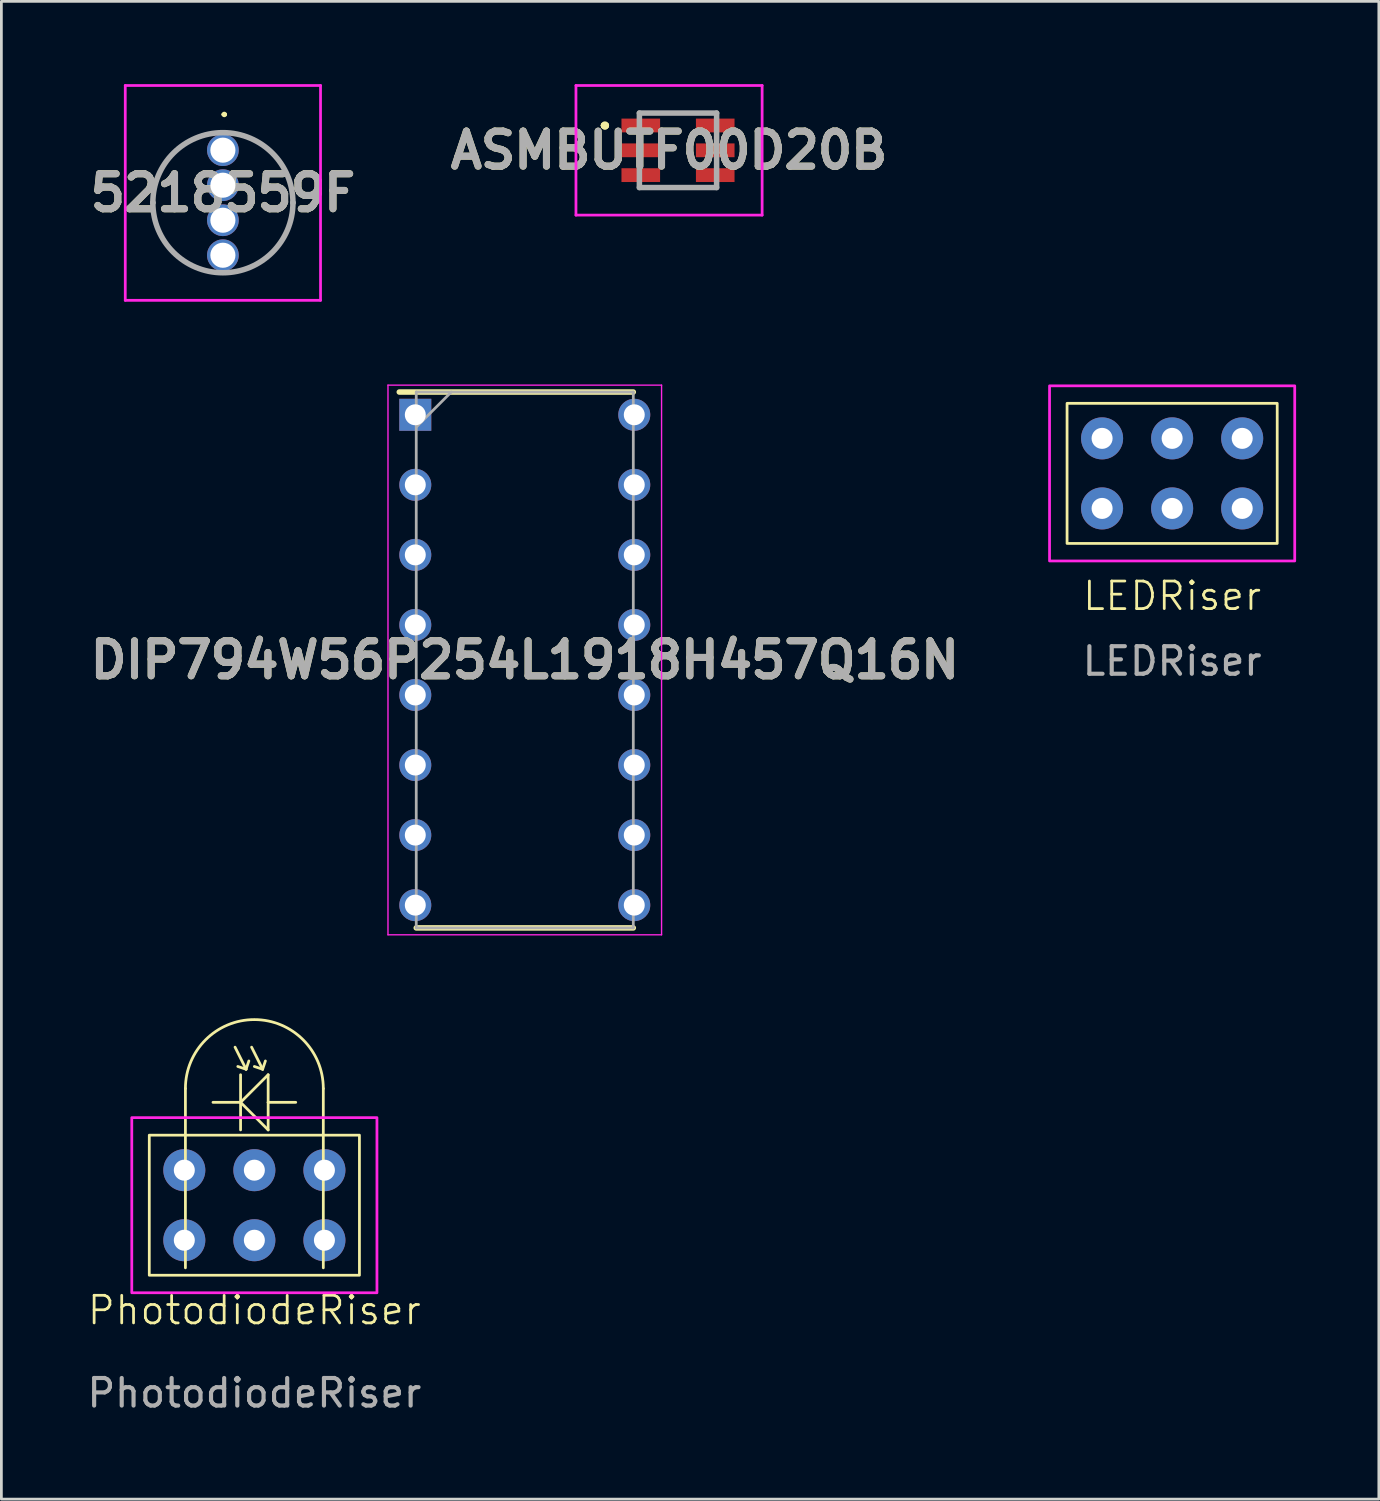
<source format=kicad_pcb>
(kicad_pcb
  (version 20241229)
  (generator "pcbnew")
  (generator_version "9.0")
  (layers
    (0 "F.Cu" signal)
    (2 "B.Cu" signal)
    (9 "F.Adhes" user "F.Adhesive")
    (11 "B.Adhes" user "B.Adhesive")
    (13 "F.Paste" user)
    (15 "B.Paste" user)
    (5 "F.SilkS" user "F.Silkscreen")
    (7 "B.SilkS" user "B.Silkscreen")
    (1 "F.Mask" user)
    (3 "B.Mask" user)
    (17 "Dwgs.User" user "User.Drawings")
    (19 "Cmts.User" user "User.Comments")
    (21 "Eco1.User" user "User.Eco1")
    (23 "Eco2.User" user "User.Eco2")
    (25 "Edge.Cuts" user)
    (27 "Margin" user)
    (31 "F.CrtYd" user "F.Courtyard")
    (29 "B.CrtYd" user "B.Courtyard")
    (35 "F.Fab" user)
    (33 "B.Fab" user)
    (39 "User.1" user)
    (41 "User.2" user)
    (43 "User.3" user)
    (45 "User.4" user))
  (footprint "PhotodiodeRiser"
    (layer "F.Cu")
    (at 6.173 41.92)
    (property "Reference" "PhotodiodeRiser" (at 0 2.54 0) (unlocked yes) (layer "F.SilkS") (effects (font (size 1 1) (thickness 0.1))))
    (attr through_hole)
    (fp_line (start -2.5 1) (end -2.5 -5.5) (stroke (width 0.1) (type default)) (layer "F.SilkS"))
    (fp_line (start -0.6 -6.3) (end -0.3 -6.2) (stroke (width 0.1) (type default)) (layer "F.SilkS"))
    (fp_line (start -0.5 -6) (end -0.5 -4) (stroke (width 0.1) (type default)) (layer "F.SilkS"))
    (fp_line (start -0.5 -5) (end -1.5 -5) (stroke (width 0.1) (type default)) (layer "F.SilkS"))
    (fp_line (start -0.5 -5) (end 0.5 -4) (stroke (width 0.1) (type default)) (layer "F.SilkS"))
    (fp_line (start -0.3 -6.2) (end -0.7 -7) (stroke (width 0.1) (type default)) (layer "F.SilkS"))
    (fp_line (start -0.3 -6.2) (end -0.2 -6.5) (stroke (width 0.1) (type default)) (layer "F.SilkS"))
    (fp_line (start 0 -6.3) (end 0.3 -6.2) (stroke (width 0.1) (type default)) (layer "F.SilkS"))
    (fp_line (start 0.3 -6.2) (end -0.1 -7) (stroke (width 0.1) (type default)) (layer "F.SilkS"))
    (fp_line (start 0.3 -6.2) (end 0.4 -6.5) (stroke (width 0.1) (type default)) (layer "F.SilkS"))
    (fp_line (start 0.5 -6) (end -0.5 -5) (stroke (width 0.1) (type default)) (layer "F.SilkS"))
    (fp_line (start 0.5 -5) (end 0.5 -6) (stroke (width 0.1) (type default)) (layer "F.SilkS"))
    (fp_line (start 0.5 -4) (end 0.5 -5) (stroke (width 0.1) (type default)) (layer "F.SilkS"))
    (fp_line (start 1.5 -5) (end 0.5 -5) (stroke (width 0.1) (type default)) (layer "F.SilkS"))
    (fp_line (start 2.5 1) (end 2.5 -5.5) (stroke (width 0.1) (type default)) (layer "F.SilkS"))
    (fp_rect (start -3.81 1.27) (end 3.81 -3.81) (stroke (width 0.1) (type default)) (fill no) (layer "F.SilkS"))
    (fp_arc (start -2.5 -5.5) (mid 0 -8) (end 2.5 -5.5) (stroke (width 0.1) (type default)) (layer "F.SilkS"))
    (fp_rect (start -4.445 -4.445) (end 4.445 1.905) (stroke (width 0.1) (type default)) (fill no) (layer "F.CrtYd"))
    (fp_text user "${REFERENCE}" (at 0 5.54 0) (unlocked yes) (layer "F.Fab") (effects (font (size 1 1) (thickness 0.15))))
    (pad "1" thru_hole circle (at -2.54 -2.54) (size 1.524 1.524) (drill 0.762) (layers "*.Cu" "*.Mask"))
    (pad "1" thru_hole circle (at -2.54 0) (size 1.524 1.524) (drill 0.762) (layers "*.Cu" "*.Mask"))
    (pad "2" thru_hole circle (at 2.54 -2.54) (size 1.524 1.524) (drill 0.762) (layers "*.Cu" "*.Mask"))
    (pad "2" thru_hole circle (at 2.54 0) (size 1.524 1.524) (drill 0.762) (layers "*.Cu" "*.Mask"))
    (pad "3" thru_hole circle (at 0 -2.54) (size 1.524 1.524) (drill 0.762) (layers "*.Cu" "*.Mask"))
    (pad "3" thru_hole circle (at 0 0) (size 1.524 1.524) (drill 0.762) (layers "*.Cu" "*.Mask")))
  (footprint "DIP794W56P254L1918H457Q16N"
    (layer "F.Cu")
    (at 15.978 20.88)
    (property "Reference" "DIP794W56P254L1918H457Q16N" (at 0 0 0) (layer "F.SilkS") (effects (font (size 1.27 1.27) (thickness 0.254))))
    (attr through_hole)
    (fp_line (start -4.55 -9.715) (end 3.935 -9.715) (stroke (width 0.2) (type solid)) (layer "F.SilkS"))
    (fp_line (start -3.935 9.715) (end 3.935 9.715) (stroke (width 0.2) (type solid)) (layer "F.SilkS"))
    (fp_line (start -4.96 -9.965) (end 4.96 -9.965) (stroke (width 0.05) (type solid)) (layer "F.CrtYd"))
    (fp_line (start -4.96 9.965) (end -4.96 -9.965) (stroke (width 0.05) (type solid)) (layer "F.CrtYd"))
    (fp_line (start 4.96 -9.965) (end 4.96 9.965) (stroke (width 0.05) (type solid)) (layer "F.CrtYd"))
    (fp_line (start 4.96 9.965) (end -4.96 9.965) (stroke (width 0.05) (type solid)) (layer "F.CrtYd"))
    (fp_line (start -3.935 -9.715) (end 3.935 -9.715) (stroke (width 0.1) (type solid)) (layer "F.Fab"))
    (fp_line (start -3.935 -8.445) (end -2.665 -9.715) (stroke (width 0.1) (type solid)) (layer "F.Fab"))
    (fp_line (start -3.935 9.715) (end -3.935 -9.715) (stroke (width 0.1) (type solid)) (layer "F.Fab"))
    (fp_line (start 3.935 -9.715) (end 3.935 9.715) (stroke (width 0.1) (type solid)) (layer "F.Fab"))
    (fp_line (start 3.935 9.715) (end -3.935 9.715) (stroke (width 0.1) (type solid)) (layer "F.Fab"))
    (fp_text user "${REFERENCE}" (at 0 0 0) (layer "F.Fab") (effects (font (size 1.27 1.27) (thickness 0.254))))
    (pad "1" thru_hole rect (at -3.97 -8.89) (size 1.16 1.16) (drill 0.76) (layers "*.Cu" "*.Mask"))
    (pad "2" thru_hole circle (at -3.97 -6.35) (size 1.16 1.16) (drill 0.76) (layers "*.Cu" "*.Mask"))
    (pad "3" thru_hole circle (at -3.97 -3.81) (size 1.16 1.16) (drill 0.76) (layers "*.Cu" "*.Mask"))
    (pad "4" thru_hole circle (at -3.97 -1.27) (size 1.16 1.16) (drill 0.76) (layers "*.Cu" "*.Mask"))
    (pad "5" thru_hole circle (at -3.97 1.27) (size 1.16 1.16) (drill 0.76) (layers "*.Cu" "*.Mask"))
    (pad "6" thru_hole circle (at -3.97 3.81) (size 1.16 1.16) (drill 0.76) (layers "*.Cu" "*.Mask"))
    (pad "7" thru_hole circle (at -3.97 6.35) (size 1.16 1.16) (drill 0.76) (layers "*.Cu" "*.Mask"))
    (pad "8" thru_hole circle (at -3.97 8.89) (size 1.16 1.16) (drill 0.76) (layers "*.Cu" "*.Mask"))
    (pad "9" thru_hole circle (at 3.97 8.89) (size 1.16 1.16) (drill 0.76) (layers "*.Cu" "*.Mask"))
    (pad "10" thru_hole circle (at 3.97 6.35) (size 1.16 1.16) (drill 0.76) (layers "*.Cu" "*.Mask"))
    (pad "11" thru_hole circle (at 3.97 3.81) (size 1.16 1.16) (drill 0.76) (layers "*.Cu" "*.Mask"))
    (pad "12" thru_hole circle (at 3.97 1.27) (size 1.16 1.16) (drill 0.76) (layers "*.Cu" "*.Mask"))
    (pad "13" thru_hole circle (at 3.97 -1.27) (size 1.16 1.16) (drill 0.76) (layers "*.Cu" "*.Mask"))
    (pad "14" thru_hole circle (at 3.97 -3.81) (size 1.16 1.16) (drill 0.76) (layers "*.Cu" "*.Mask"))
    (pad "15" thru_hole circle (at 3.97 -6.35) (size 1.16 1.16) (drill 0.76) (layers "*.Cu" "*.Mask"))
    (pad "16" thru_hole circle (at 3.97 -8.89) (size 1.16 1.16) (drill 0.76) (layers "*.Cu" "*.Mask")))
  (footprint "5218559F"
    (layer "F.Cu")
    (at 5.032 2.395)
    (property "Reference" "5218559F" (at 0 1.55 0) (layer "F.SilkS") (effects (font (size 1.27 1.27) (thickness 0.254))))
    (attr through_hole)
    (fp_line (start 0 -1.295) (end 0 -1.295) (stroke (width 0.1) (type solid)) (layer "F.SilkS"))
    (fp_line (start 0.1 -1.295) (end 0.1 -1.295) (stroke (width 0.1) (type solid)) (layer "F.SilkS"))
    (fp_arc (start 0 -1.295) (mid 0.05 -1.345) (end 0.1 -1.295) (stroke (width 0.1) (type solid)) (layer "F.SilkS"))
    (fp_arc (start 0.1 -1.295) (mid 0.05 -1.245) (end 0 -1.295) (stroke (width 0.1) (type solid)) (layer "F.SilkS"))
    (fp_line (start -3.54 -2.345) (end 3.54 -2.345) (stroke (width 0.1) (type solid)) (layer "F.CrtYd"))
    (fp_line (start -3.54 5.445) (end -3.54 -2.345) (stroke (width 0.1) (type solid)) (layer "F.CrtYd"))
    (fp_line (start 3.54 -2.345) (end 3.54 5.445) (stroke (width 0.1) (type solid)) (layer "F.CrtYd"))
    (fp_line (start 3.54 5.445) (end -3.54 5.445) (stroke (width 0.1) (type solid)) (layer "F.CrtYd"))
    (fp_line (start -2.54 1.905) (end -2.54 1.905) (stroke (width 0.2) (type solid)) (layer "F.Fab"))
    (fp_line (start 2.54 1.905) (end 2.54 1.905) (stroke (width 0.2) (type solid)) (layer "F.Fab"))
    (fp_arc (start -2.54 1.905) (mid 0 -0.635) (end 2.54 1.905) (stroke (width 0.2) (type solid)) (layer "F.Fab"))
    (fp_arc (start 2.54 1.905) (mid 0 4.445) (end -2.54 1.905) (stroke (width 0.2) (type solid)) (layer "F.Fab"))
    (fp_text user "${REFERENCE}" (at 0 1.55 0) (layer "F.Fab") (effects (font (size 1.27 1.27) (thickness 0.254))))
    (pad "1" thru_hole circle (at 0 0) (size 1.15 1.15) (drill 0.91) (layers "*.Cu" "*.Mask"))
    (pad "2" thru_hole circle (at 0 1.27) (size 1.15 1.15) (drill 0.91) (layers "*.Cu" "*.Mask"))
    (pad "3" thru_hole circle (at 0 2.54) (size 1.15 1.15) (drill 0.91) (layers "*.Cu" "*.Mask"))
    (pad "4" thru_hole circle (at 0 3.81) (size 1.15 1.15) (drill 0.91) (layers "*.Cu" "*.Mask")))
  (footprint "LEDRiser"
    (layer "F.Cu")
    (at 39.451 14.115)
    (property "Reference" "LEDRiser" (at 0 4.445 0) (unlocked yes) (layer "F.SilkS") (effects (font (size 1 1) (thickness 0.1))))
    (attr through_hole)
    (fp_rect (start -3.81 -2.54) (end 3.81 2.54) (stroke (width 0.1) (type default)) (fill no) (layer "F.SilkS"))
    (fp_rect (start -4.445 -3.175) (end 4.445 3.175) (stroke (width 0.1) (type default)) (fill no) (layer "F.CrtYd"))
    (fp_text user "${REFERENCE}" (at 0 6.81 0) (unlocked yes) (layer "F.Fab") (effects (font (size 1 1) (thickness 0.15))))
    (pad "1" thru_hole circle (at 2.54 -1.27) (size 1.524 1.524) (drill 0.762) (layers "*.Cu" "*.Mask"))
    (pad "2" thru_hole circle (at 0 -1.27) (size 1.524 1.524) (drill 0.762) (layers "*.Cu" "*.Mask"))
    (pad "3" thru_hole circle (at -2.54 -1.27) (size 1.524 1.524) (drill 0.762) (layers "*.Cu" "*.Mask"))
    (pad "4" thru_hole circle (at -2.54 1.27) (size 1.524 1.524) (drill 0.762) (layers "*.Cu" "*.Mask"))
    (pad "5" thru_hole circle (at 0 1.27) (size 1.524 1.524) (drill 0.762) (layers "*.Cu" "*.Mask"))
    (pad "6" thru_hole circle (at 2.54 1.27) (size 1.524 1.524) (drill 0.762) (layers "*.Cu" "*.Mask")))
  (footprint "ASMBUTF00D20B"
    (layer "F.Cu")
    (at 21.534 2.4)
    (property "Reference" "ASMBUTF00D20B" (at -0.325 0 0) (layer "F.SilkS") (effects (font (size 1.27 1.27) (thickness 0.254))))
    (attr smd)
    (fp_line (start -2.7 -0.9) (end -2.7 -0.9) (stroke (width 0.2) (type solid)) (layer "F.SilkS"))
    (fp_line (start -2.7 -0.9) (end -2.7 -0.9) (stroke (width 0.2) (type solid)) (layer "F.SilkS"))
    (fp_line (start -2.6 -0.9) (end -2.6 -0.9) (stroke (width 0.2) (type solid)) (layer "F.SilkS"))
    (fp_arc (start -2.7 -0.9) (mid -2.65 -0.95) (end -2.6 -0.9) (stroke (width 0.2) (type solid)) (layer "F.SilkS"))
    (fp_arc (start -2.6 -0.9) (mid -2.65 -0.85) (end -2.7 -0.9) (stroke (width 0.2) (type solid)) (layer "F.SilkS"))
    (fp_arc (start -2.6 -0.9) (mid -2.65 -0.85) (end -2.7 -0.9) (stroke (width 0.2) (type solid)) (layer "F.SilkS"))
    (fp_line (start -3.7 -2.35) (end 3.05 -2.35) (stroke (width 0.1) (type solid)) (layer "F.CrtYd"))
    (fp_line (start -3.7 2.35) (end -3.7 -2.35) (stroke (width 0.1) (type solid)) (layer "F.CrtYd"))
    (fp_line (start 3.05 -2.35) (end 3.05 2.35) (stroke (width 0.1) (type solid)) (layer "F.CrtYd"))
    (fp_line (start 3.05 2.35) (end -3.7 2.35) (stroke (width 0.1) (type solid)) (layer "F.CrtYd"))
    (fp_line (start -1.4 -1.35) (end -1.4 1.35) (stroke (width 0.2) (type solid)) (layer "F.Fab"))
    (fp_line (start -1.4 1.35) (end 1.4 1.35) (stroke (width 0.2) (type solid)) (layer "F.Fab"))
    (fp_line (start 1.4 -1.35) (end -1.4 -1.35) (stroke (width 0.2) (type solid)) (layer "F.Fab"))
    (fp_line (start 1.4 1.35) (end 1.4 -1.35) (stroke (width 0.2) (type solid)) (layer "F.Fab"))
    (fp_text user "${REFERENCE}" (at -0.325 0 0) (layer "F.Fab") (effects (font (size 1.27 1.27) (thickness 0.254))))
    (pad "1" smd rect (at -1.35 -0.9 90) (size 0.5 1.4) (layers "F.Cu" "F.Mask" "F.Paste"))
    (pad "2" smd rect (at 1.35 -0.9 90) (size 0.5 1.4) (layers "F.Cu" "F.Mask" "F.Paste"))
    (pad "3" smd rect (at -1.35 0 90) (size 0.5 1.4) (layers "F.Cu" "F.Mask" "F.Paste"))
    (pad "4" smd rect (at 1.35 0 90) (size 0.5 1.4) (layers "F.Cu" "F.Mask" "F.Paste"))
    (pad "5" smd rect (at -1.35 0.9 90) (size 0.5 1.4) (layers "F.Cu" "F.Mask" "F.Paste"))
    (pad "6" smd rect (at 1.35 0.9 90) (size 0.5 1.4) (layers "F.Cu" "F.Mask" "F.Paste")))
  (gr_rect
    (start -3 -3)
    (end 46.946 51.308)
    (stroke (width 0.1) (type default))
    (fill no)
    (layer "Edge.Cuts")))
</source>
